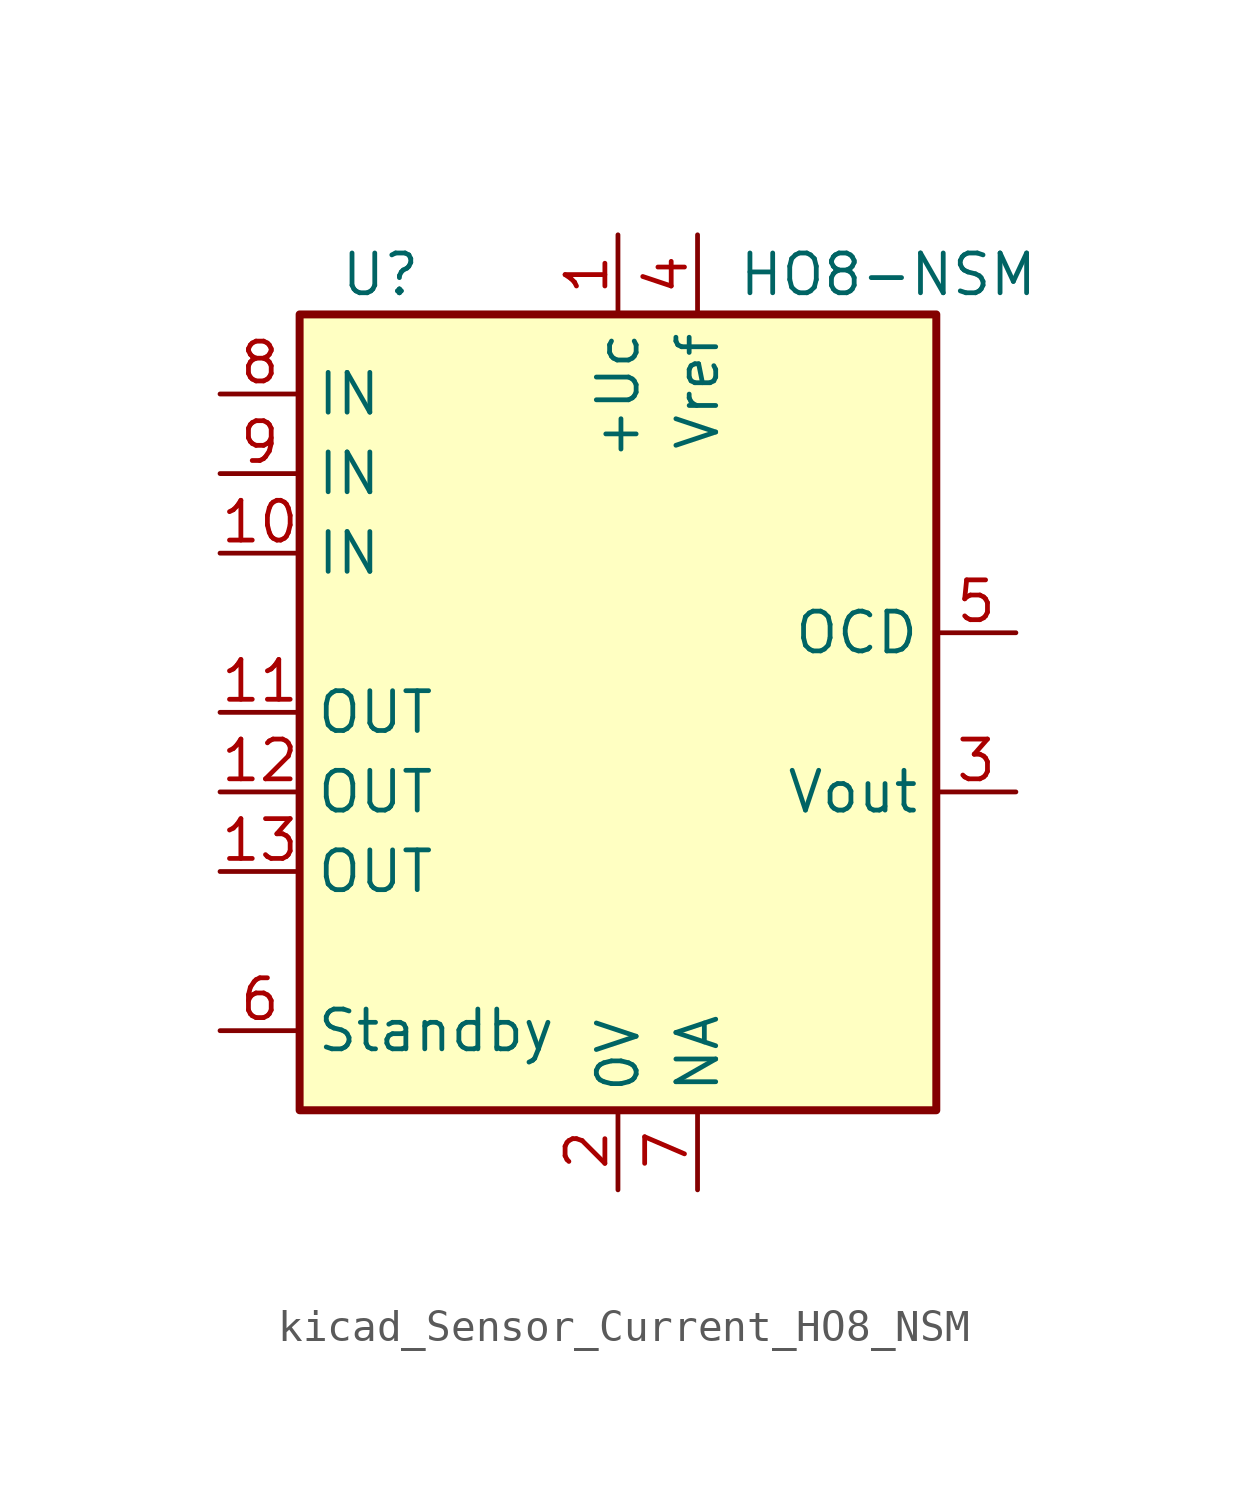
<source format=kicad_sym>
(kicad_symbol_lib
  (version 20220914)
  (generator kicad_symbol_editor)
  (symbol "kicad_Sensor_Current_HO8_NSM"
    (property "Reference" "U"
      (at -8.89 13.97 0)
      (effects (font (size 1.27 1.27)) (justify left)))
    (property "Value" "HO8-NSM"
      (at 3.81 13.97 0)
      (effects (font (size 1.27 1.27)) (justify left)))
    (symbol "kicad_Sensor_Current_HO8_NSM_0_1"
      (rectangle (start -10.16 12.7) (end 10.16 -12.7) (stroke (width 0.254) (type default)) (fill (type background))))
    (symbol "kicad_Sensor_Current_HO8_NSM_1_1"
      (pin power_in line (at 0 15.24 270) (length 2.54) (name "+Uc" (effects (font (size 1.27 1.27)))) (number "1" (effects (font (size 1.27 1.27)))))
      (pin passive line (at -12.7 5.08 0) (length 2.54) (name "IN" (effects (font (size 1.27 1.27)))) (number "10" (effects (font (size 1.27 1.27)))))
      (pin passive line (at -12.7 0 0) (length 2.54) (name "OUT" (effects (font (size 1.27 1.27)))) (number "11" (effects (font (size 1.27 1.27)))))
      (pin passive line (at -12.7 -2.54 0) (length 2.54) (name "OUT" (effects (font (size 1.27 1.27)))) (number "12" (effects (font (size 1.27 1.27)))))
      (pin passive line (at -12.7 -5.08 0) (length 2.54) (name "OUT" (effects (font (size 1.27 1.27)))) (number "13" (effects (font (size 1.27 1.27)))))
      (pin power_in line (at 0 -15.24 90) (length 2.54) (name "0V" (effects (font (size 1.27 1.27)))) (number "2" (effects (font (size 1.27 1.27)))))
      (pin output line (at 12.7 -2.54 180) (length 2.54) (name "Vout" (effects (font (size 1.27 1.27)))) (number "3" (effects (font (size 1.27 1.27)))))
      (pin passive line (at 2.54 15.24 270) (length 2.54) (name "Vref" (effects (font (size 1.27 1.27)))) (number "4" (effects (font (size 1.27 1.27)))))
      (pin open_collector line (at 12.7 2.54 180) (length 2.54) (name "OCD" (effects (font (size 1.27 1.27)))) (number "5" (effects (font (size 1.27 1.27)))))
      (pin input line (at -12.7 -10.16 0) (length 2.54) (name "Standby" (effects (font (size 1.27 1.27)))) (number "6" (effects (font (size 1.27 1.27)))))
      (pin passive line (at 2.54 -15.24 90) (length 2.54) (name "NA" (effects (font (size 1.27 1.27)))) (number "7" (effects (font (size 1.27 1.27)))))
      (pin passive line (at -12.7 10.16 0) (length 2.54) (name "IN" (effects (font (size 1.27 1.27)))) (number "8" (effects (font (size 1.27 1.27)))))
      (pin passive line (at -12.7 7.62 0) (length 2.54) (name "IN" (effects (font (size 1.27 1.27)))) (number "9" (effects (font (size 1.27 1.27))))))))
</source>
